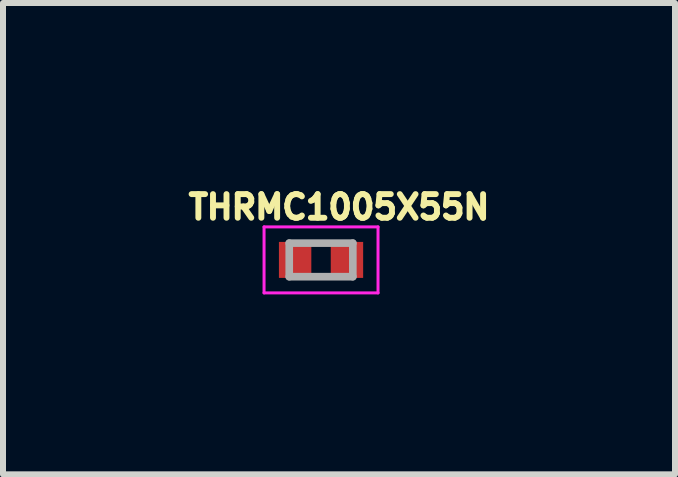
<source format=kicad_pcb>
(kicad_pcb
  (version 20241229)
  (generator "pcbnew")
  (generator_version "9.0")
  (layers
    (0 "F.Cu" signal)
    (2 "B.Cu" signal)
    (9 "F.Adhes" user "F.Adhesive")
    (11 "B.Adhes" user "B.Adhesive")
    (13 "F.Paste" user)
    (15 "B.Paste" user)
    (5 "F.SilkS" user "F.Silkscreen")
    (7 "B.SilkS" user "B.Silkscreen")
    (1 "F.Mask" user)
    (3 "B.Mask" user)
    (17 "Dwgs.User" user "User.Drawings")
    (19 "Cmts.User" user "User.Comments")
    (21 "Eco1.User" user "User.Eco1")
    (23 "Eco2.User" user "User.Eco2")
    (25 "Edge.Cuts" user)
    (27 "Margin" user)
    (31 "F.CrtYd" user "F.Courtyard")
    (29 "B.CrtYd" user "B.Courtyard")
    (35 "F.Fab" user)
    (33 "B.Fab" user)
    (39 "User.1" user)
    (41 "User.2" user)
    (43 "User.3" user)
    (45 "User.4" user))
  (footprint "THRMC1005X55N"
    (layer "F.Cu")
    (at 2.302 1.283)
    (property "Reference" "THRMC1005X55N" (at 0.3 -0.88 0) (layer "F.SilkS") (effects (font (size 0.394 0.394) (thickness 0.15))))
    (attr through_hole)
    (fp_line (start -0.95 -0.55) (end 0.95 -0.55) (stroke (width 0.05) (type solid)) (layer "F.CrtYd"))
    (fp_line (start -0.95 0.55) (end -0.95 -0.55) (stroke (width 0.05) (type solid)) (layer "F.CrtYd"))
    (fp_line (start -0.95 0.55) (end 0.95 0.55) (stroke (width 0.05) (type solid)) (layer "F.CrtYd"))
    (fp_line (start 0.95 0.55) (end 0.95 -0.55) (stroke (width 0.05) (type solid)) (layer "F.CrtYd"))
    (fp_line (start -0.53 0.28) (end -0.53 -0.28) (stroke (width 0.127) (type solid)) (layer "F.Fab"))
    (fp_line (start 0.53 -0.28) (end -0.53 -0.28) (stroke (width 0.127) (type solid)) (layer "F.Fab"))
    (fp_line (start 0.53 0.28) (end -0.53 0.28) (stroke (width 0.127) (type solid)) (layer "F.Fab"))
    (fp_line (start 0.53 0.28) (end 0.53 -0.28) (stroke (width 0.127) (type solid)) (layer "F.Fab"))
    (pad "1" smd rect (at -0.432 0) (size 0.54 0.6) (layers "F.Cu" "F.Mask" "F.Paste"))
    (pad "2" smd rect (at 0.432 0) (size 0.54 0.6) (layers "F.Cu" "F.Mask" "F.Paste")))
  (gr_rect
    (start -3 -3)
    (end 8.203 4.858)
    (stroke (width 0.1) (type default))
    (fill no)
    (layer "Edge.Cuts")))
</source>
